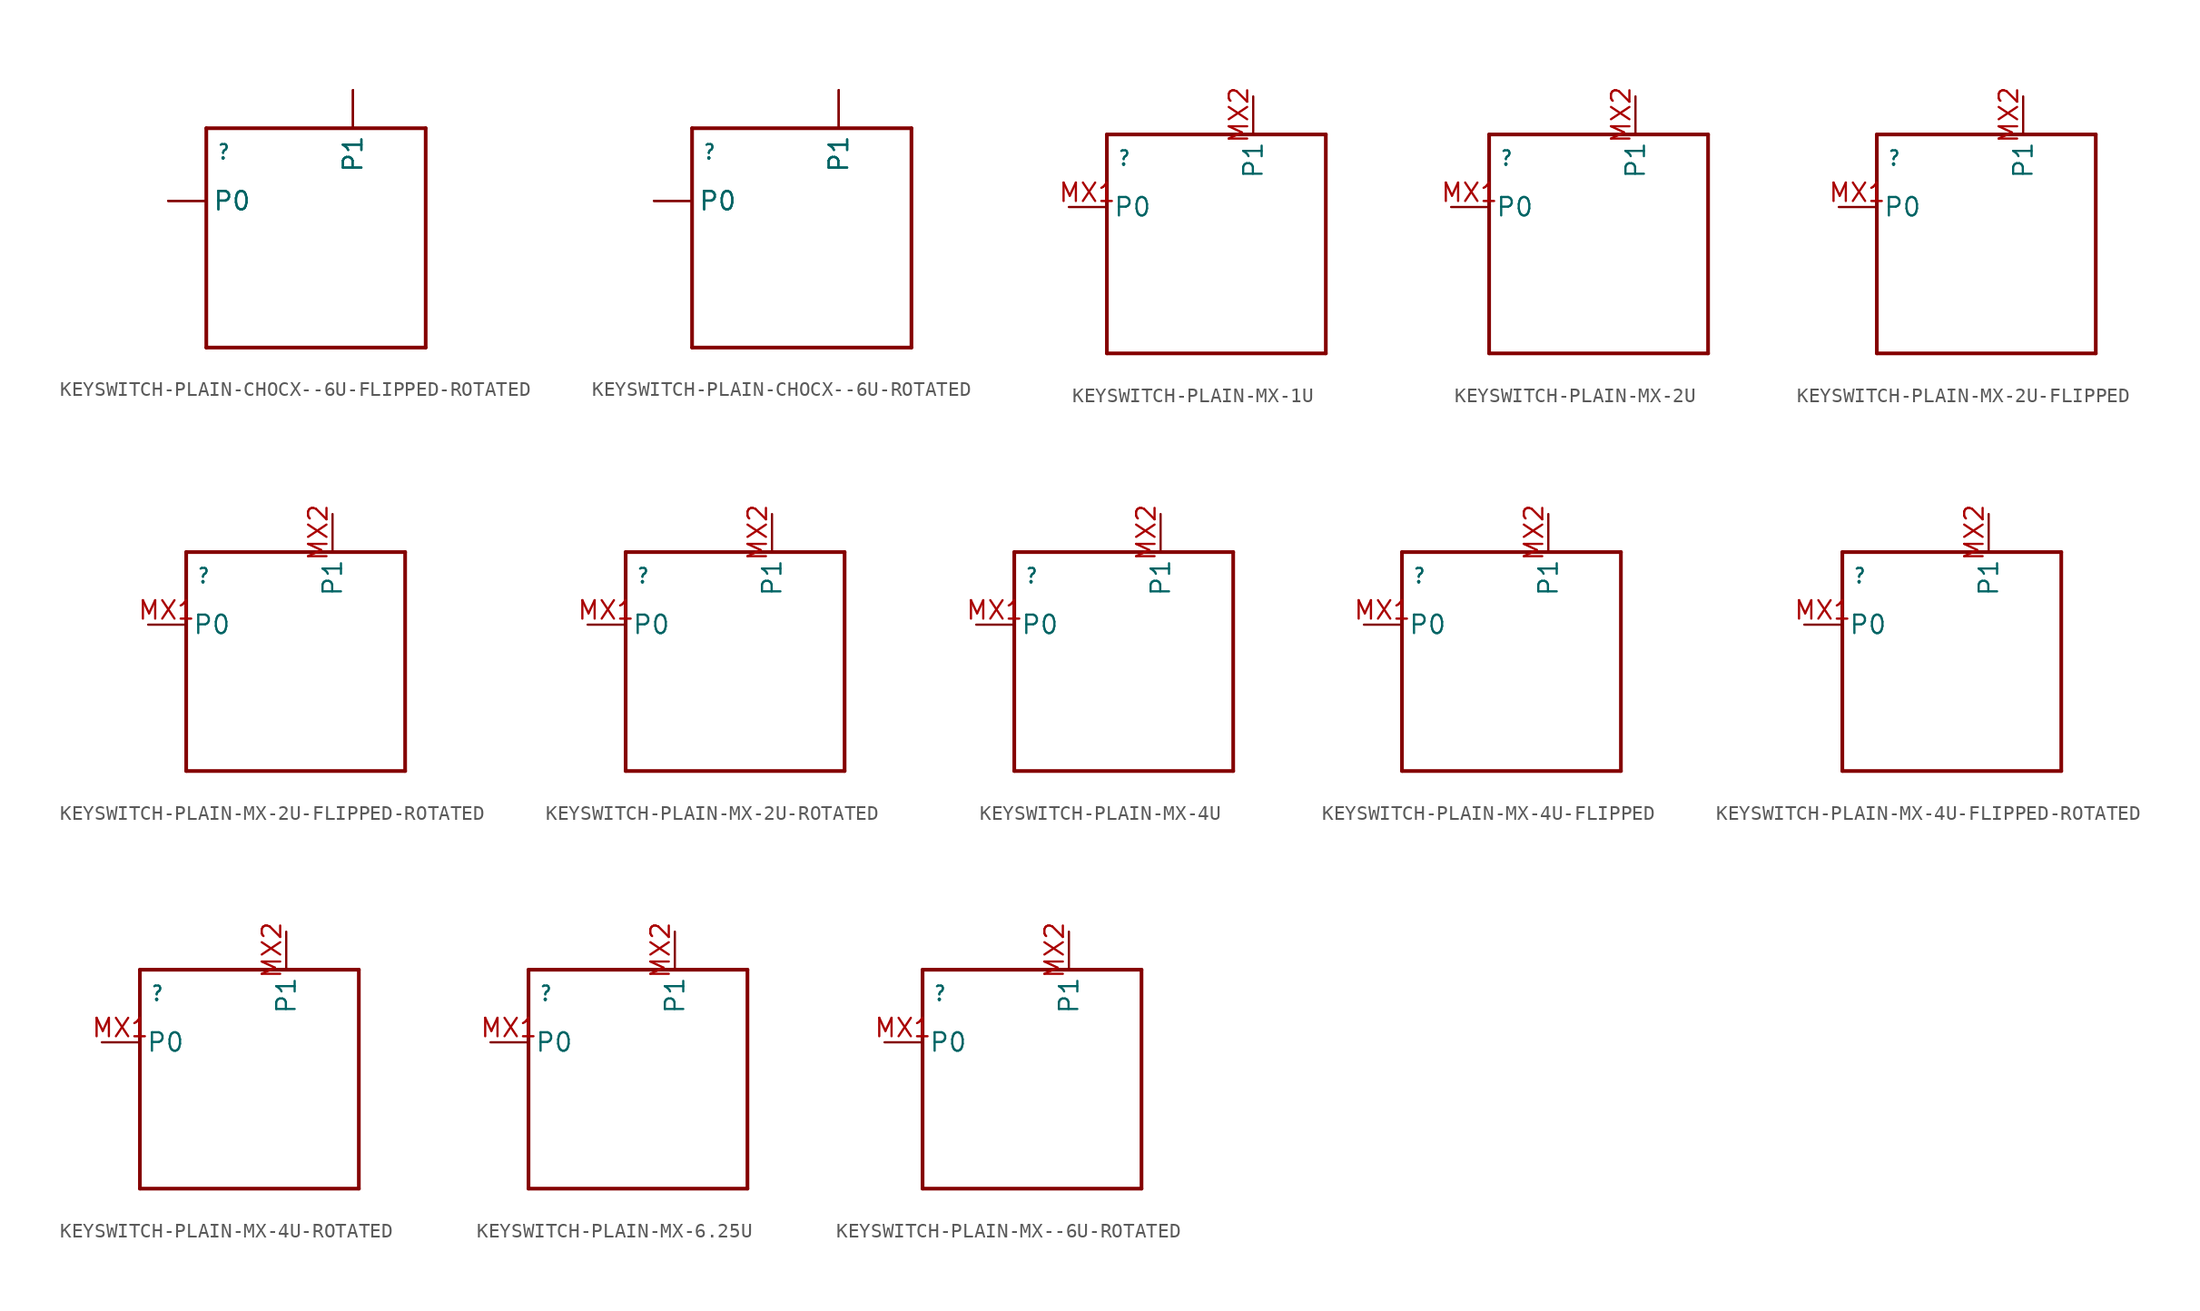
<source format=kicad_sym>
(kicad_symbol_lib
  (version 20211014)
  (generator kicad_symbol_editor)
  (symbol "KEYSWITCH-PLAIN-CHOCX--6U-FLIPPED-ROTATED"
    (property "Reference" ""
      (at -6.81 5.318 0)
      (effects (font (size 1 0.85)) (justify left bottom)))
    (property "ki_locked" ""
      (at 0 0 0)
      (effects (font (size 1.27 1.27))))
    (symbol "KEYSWITCH-PLAIN-CHOCX--6U-FLIPPED-ROTATED_1_0"
      (polyline (pts (xy -7.54 -7.54) (xy -7.54 7.54)) (stroke (width 0.254) (type default) (color 0 0 0 0)) (fill (type none)))
      (polyline (pts (xy -7.54 7.54) (xy 7.54 7.54)) (stroke (width 0.254) (type default) (color 0 0 0 0)) (fill (type none)))
      (polyline (pts (xy 7.54 -7.54) (xy -7.54 -7.54)) (stroke (width 0.254) (type default) (color 0 0 0 0)) (fill (type none)))
      (polyline (pts (xy 7.54 7.54) (xy 7.54 -7.54)) (stroke (width 0.254) (type default) (color 0 0 0 0)) (fill (type none)))
      (pin bidirectional line (at -10.16 2.54 0) (length 2.54) (name "P0" (effects (font (size 1.27 1.27)))) (number "CHOC1" (effects (font (size 0 0)))))
      (pin bidirectional line (at 2.54 10.16 270) (length 2.54) (name "P1" (effects (font (size 1.27 1.27)))) (number "CHOC2" (effects (font (size 0 0)))))
      (pin bidirectional line (at -10.16 2.54 0) (length 2.54) (name "P0" (effects (font (size 1.27 1.27)))) (number "X1" (effects (font (size 0 0)))))
      (pin bidirectional line (at 2.54 10.16 270) (length 2.54) (name "P1" (effects (font (size 1.27 1.27)))) (number "X2" (effects (font (size 0 0)))))))
  (symbol "KEYSWITCH-PLAIN-CHOCX--6U-ROTATED"
    (property "Reference" ""
      (at -6.81 5.318 0)
      (effects (font (size 1 0.85)) (justify left bottom)))
    (property "ki_locked" ""
      (at 0 0 0)
      (effects (font (size 1.27 1.27))))
    (symbol "KEYSWITCH-PLAIN-CHOCX--6U-ROTATED_1_0"
      (polyline (pts (xy -7.54 -7.54) (xy -7.54 7.54)) (stroke (width 0.254) (type default) (color 0 0 0 0)) (fill (type none)))
      (polyline (pts (xy -7.54 7.54) (xy 7.54 7.54)) (stroke (width 0.254) (type default) (color 0 0 0 0)) (fill (type none)))
      (polyline (pts (xy 7.54 -7.54) (xy -7.54 -7.54)) (stroke (width 0.254) (type default) (color 0 0 0 0)) (fill (type none)))
      (polyline (pts (xy 7.54 7.54) (xy 7.54 -7.54)) (stroke (width 0.254) (type default) (color 0 0 0 0)) (fill (type none)))
      (pin bidirectional line (at -10.16 2.54 0) (length 2.54) (name "P0" (effects (font (size 1.27 1.27)))) (number "CHOC1" (effects (font (size 0 0)))))
      (pin bidirectional line (at 2.54 10.16 270) (length 2.54) (name "P1" (effects (font (size 1.27 1.27)))) (number "CHOC2" (effects (font (size 0 0)))))
      (pin bidirectional line (at -10.16 2.54 0) (length 2.54) (name "P0" (effects (font (size 1.27 1.27)))) (number "X1" (effects (font (size 0 0)))))
      (pin bidirectional line (at 2.54 10.16 270) (length 2.54) (name "P1" (effects (font (size 1.27 1.27)))) (number "X2" (effects (font (size 0 0)))))))
  (symbol "KEYSWITCH-PLAIN-MX-1U"
    (property "Reference" ""
      (at -6.81 5.318 0)
      (effects (font (size 1 0.85)) (justify left bottom)))
    (property "ki_locked" ""
      (at 0 0 0)
      (effects (font (size 1.27 1.27))))
    (symbol "KEYSWITCH-PLAIN-MX-1U_1_0"
      (polyline (pts (xy -7.54 -7.54) (xy -7.54 7.54)) (stroke (width 0.254) (type default) (color 0 0 0 0)) (fill (type none)))
      (polyline (pts (xy -7.54 7.54) (xy 7.54 7.54)) (stroke (width 0.254) (type default) (color 0 0 0 0)) (fill (type none)))
      (polyline (pts (xy 7.54 -7.54) (xy -7.54 -7.54)) (stroke (width 0.254) (type default) (color 0 0 0 0)) (fill (type none)))
      (polyline (pts (xy 7.54 7.54) (xy 7.54 -7.54)) (stroke (width 0.254) (type default) (color 0 0 0 0)) (fill (type none)))
      (pin bidirectional line (at -10.16 2.54 0) (length 2.54) (name "P0" (effects (font (size 1.27 1.27)))) (number "MX1" (effects (font (size 1.27 1.27)))))
      (pin bidirectional line (at 2.54 10.16 270) (length 2.54) (name "P1" (effects (font (size 1.27 1.27)))) (number "MX2" (effects (font (size 1.27 1.27)))))))
  (symbol "KEYSWITCH-PLAIN-MX-2U"
    (property "Reference" ""
      (at -6.81 5.318 0)
      (effects (font (size 1 0.85)) (justify left bottom)))
    (property "ki_locked" ""
      (at 0 0 0)
      (effects (font (size 1.27 1.27))))
    (symbol "KEYSWITCH-PLAIN-MX-2U_1_0"
      (polyline (pts (xy -7.54 -7.54) (xy -7.54 7.54)) (stroke (width 0.254) (type default) (color 0 0 0 0)) (fill (type none)))
      (polyline (pts (xy -7.54 7.54) (xy 7.54 7.54)) (stroke (width 0.254) (type default) (color 0 0 0 0)) (fill (type none)))
      (polyline (pts (xy 7.54 -7.54) (xy -7.54 -7.54)) (stroke (width 0.254) (type default) (color 0 0 0 0)) (fill (type none)))
      (polyline (pts (xy 7.54 7.54) (xy 7.54 -7.54)) (stroke (width 0.254) (type default) (color 0 0 0 0)) (fill (type none)))
      (pin bidirectional line (at -10.16 2.54 0) (length 2.54) (name "P0" (effects (font (size 1.27 1.27)))) (number "MX1" (effects (font (size 1.27 1.27)))))
      (pin bidirectional line (at 2.54 10.16 270) (length 2.54) (name "P1" (effects (font (size 1.27 1.27)))) (number "MX2" (effects (font (size 1.27 1.27)))))))
  (symbol "KEYSWITCH-PLAIN-MX-2U-FLIPPED"
    (property "Reference" ""
      (at -6.81 5.318 0)
      (effects (font (size 1 0.85)) (justify left bottom)))
    (property "ki_locked" ""
      (at 0 0 0)
      (effects (font (size 1.27 1.27))))
    (symbol "KEYSWITCH-PLAIN-MX-2U-FLIPPED_1_0"
      (polyline (pts (xy -7.54 -7.54) (xy -7.54 7.54)) (stroke (width 0.254) (type default) (color 0 0 0 0)) (fill (type none)))
      (polyline (pts (xy -7.54 7.54) (xy 7.54 7.54)) (stroke (width 0.254) (type default) (color 0 0 0 0)) (fill (type none)))
      (polyline (pts (xy 7.54 -7.54) (xy -7.54 -7.54)) (stroke (width 0.254) (type default) (color 0 0 0 0)) (fill (type none)))
      (polyline (pts (xy 7.54 7.54) (xy 7.54 -7.54)) (stroke (width 0.254) (type default) (color 0 0 0 0)) (fill (type none)))
      (pin bidirectional line (at -10.16 2.54 0) (length 2.54) (name "P0" (effects (font (size 1.27 1.27)))) (number "MX1" (effects (font (size 1.27 1.27)))))
      (pin bidirectional line (at 2.54 10.16 270) (length 2.54) (name "P1" (effects (font (size 1.27 1.27)))) (number "MX2" (effects (font (size 1.27 1.27)))))))
  (symbol "KEYSWITCH-PLAIN-MX-2U-FLIPPED-ROTATED"
    (property "Reference" ""
      (at -6.81 5.318 0)
      (effects (font (size 1 0.85)) (justify left bottom)))
    (property "ki_locked" ""
      (at 0 0 0)
      (effects (font (size 1.27 1.27))))
    (symbol "KEYSWITCH-PLAIN-MX-2U-FLIPPED-ROTATED_1_0"
      (polyline (pts (xy -7.54 -7.54) (xy -7.54 7.54)) (stroke (width 0.254) (type default) (color 0 0 0 0)) (fill (type none)))
      (polyline (pts (xy -7.54 7.54) (xy 7.54 7.54)) (stroke (width 0.254) (type default) (color 0 0 0 0)) (fill (type none)))
      (polyline (pts (xy 7.54 -7.54) (xy -7.54 -7.54)) (stroke (width 0.254) (type default) (color 0 0 0 0)) (fill (type none)))
      (polyline (pts (xy 7.54 7.54) (xy 7.54 -7.54)) (stroke (width 0.254) (type default) (color 0 0 0 0)) (fill (type none)))
      (pin bidirectional line (at -10.16 2.54 0) (length 2.54) (name "P0" (effects (font (size 1.27 1.27)))) (number "MX1" (effects (font (size 1.27 1.27)))))
      (pin bidirectional line (at 2.54 10.16 270) (length 2.54) (name "P1" (effects (font (size 1.27 1.27)))) (number "MX2" (effects (font (size 1.27 1.27)))))))
  (symbol "KEYSWITCH-PLAIN-MX-2U-ROTATED"
    (property "Reference" ""
      (at -6.81 5.318 0)
      (effects (font (size 1 0.85)) (justify left bottom)))
    (property "ki_locked" ""
      (at 0 0 0)
      (effects (font (size 1.27 1.27))))
    (symbol "KEYSWITCH-PLAIN-MX-2U-ROTATED_1_0"
      (polyline (pts (xy -7.54 -7.54) (xy -7.54 7.54)) (stroke (width 0.254) (type default) (color 0 0 0 0)) (fill (type none)))
      (polyline (pts (xy -7.54 7.54) (xy 7.54 7.54)) (stroke (width 0.254) (type default) (color 0 0 0 0)) (fill (type none)))
      (polyline (pts (xy 7.54 -7.54) (xy -7.54 -7.54)) (stroke (width 0.254) (type default) (color 0 0 0 0)) (fill (type none)))
      (polyline (pts (xy 7.54 7.54) (xy 7.54 -7.54)) (stroke (width 0.254) (type default) (color 0 0 0 0)) (fill (type none)))
      (pin bidirectional line (at -10.16 2.54 0) (length 2.54) (name "P0" (effects (font (size 1.27 1.27)))) (number "MX1" (effects (font (size 1.27 1.27)))))
      (pin bidirectional line (at 2.54 10.16 270) (length 2.54) (name "P1" (effects (font (size 1.27 1.27)))) (number "MX2" (effects (font (size 1.27 1.27)))))))
  (symbol "KEYSWITCH-PLAIN-MX-4U"
    (property "Reference" ""
      (at -6.81 5.318 0)
      (effects (font (size 1 0.85)) (justify left bottom)))
    (property "ki_locked" ""
      (at 0 0 0)
      (effects (font (size 1.27 1.27))))
    (symbol "KEYSWITCH-PLAIN-MX-4U_1_0"
      (polyline (pts (xy -7.54 -7.54) (xy -7.54 7.54)) (stroke (width 0.254) (type default) (color 0 0 0 0)) (fill (type none)))
      (polyline (pts (xy -7.54 7.54) (xy 7.54 7.54)) (stroke (width 0.254) (type default) (color 0 0 0 0)) (fill (type none)))
      (polyline (pts (xy 7.54 -7.54) (xy -7.54 -7.54)) (stroke (width 0.254) (type default) (color 0 0 0 0)) (fill (type none)))
      (polyline (pts (xy 7.54 7.54) (xy 7.54 -7.54)) (stroke (width 0.254) (type default) (color 0 0 0 0)) (fill (type none)))
      (pin bidirectional line (at -10.16 2.54 0) (length 2.54) (name "P0" (effects (font (size 1.27 1.27)))) (number "MX1" (effects (font (size 1.27 1.27)))))
      (pin bidirectional line (at 2.54 10.16 270) (length 2.54) (name "P1" (effects (font (size 1.27 1.27)))) (number "MX2" (effects (font (size 1.27 1.27)))))))
  (symbol "KEYSWITCH-PLAIN-MX-4U-FLIPPED"
    (property "Reference" ""
      (at -6.81 5.318 0)
      (effects (font (size 1 0.85)) (justify left bottom)))
    (property "ki_locked" ""
      (at 0 0 0)
      (effects (font (size 1.27 1.27))))
    (symbol "KEYSWITCH-PLAIN-MX-4U-FLIPPED_1_0"
      (polyline (pts (xy -7.54 -7.54) (xy -7.54 7.54)) (stroke (width 0.254) (type default) (color 0 0 0 0)) (fill (type none)))
      (polyline (pts (xy -7.54 7.54) (xy 7.54 7.54)) (stroke (width 0.254) (type default) (color 0 0 0 0)) (fill (type none)))
      (polyline (pts (xy 7.54 -7.54) (xy -7.54 -7.54)) (stroke (width 0.254) (type default) (color 0 0 0 0)) (fill (type none)))
      (polyline (pts (xy 7.54 7.54) (xy 7.54 -7.54)) (stroke (width 0.254) (type default) (color 0 0 0 0)) (fill (type none)))
      (pin bidirectional line (at -10.16 2.54 0) (length 2.54) (name "P0" (effects (font (size 1.27 1.27)))) (number "MX1" (effects (font (size 1.27 1.27)))))
      (pin bidirectional line (at 2.54 10.16 270) (length 2.54) (name "P1" (effects (font (size 1.27 1.27)))) (number "MX2" (effects (font (size 1.27 1.27)))))))
  (symbol "KEYSWITCH-PLAIN-MX-4U-FLIPPED-ROTATED"
    (property "Reference" ""
      (at -6.81 5.318 0)
      (effects (font (size 1 0.85)) (justify left bottom)))
    (property "ki_locked" ""
      (at 0 0 0)
      (effects (font (size 1.27 1.27))))
    (symbol "KEYSWITCH-PLAIN-MX-4U-FLIPPED-ROTATED_1_0"
      (polyline (pts (xy -7.54 -7.54) (xy -7.54 7.54)) (stroke (width 0.254) (type default) (color 0 0 0 0)) (fill (type none)))
      (polyline (pts (xy -7.54 7.54) (xy 7.54 7.54)) (stroke (width 0.254) (type default) (color 0 0 0 0)) (fill (type none)))
      (polyline (pts (xy 7.54 -7.54) (xy -7.54 -7.54)) (stroke (width 0.254) (type default) (color 0 0 0 0)) (fill (type none)))
      (polyline (pts (xy 7.54 7.54) (xy 7.54 -7.54)) (stroke (width 0.254) (type default) (color 0 0 0 0)) (fill (type none)))
      (pin bidirectional line (at -10.16 2.54 0) (length 2.54) (name "P0" (effects (font (size 1.27 1.27)))) (number "MX1" (effects (font (size 1.27 1.27)))))
      (pin bidirectional line (at 2.54 10.16 270) (length 2.54) (name "P1" (effects (font (size 1.27 1.27)))) (number "MX2" (effects (font (size 1.27 1.27)))))))
  (symbol "KEYSWITCH-PLAIN-MX-4U-ROTATED"
    (property "Reference" ""
      (at -6.81 5.318 0)
      (effects (font (size 1 0.85)) (justify left bottom)))
    (property "ki_locked" ""
      (at 0 0 0)
      (effects (font (size 1.27 1.27))))
    (symbol "KEYSWITCH-PLAIN-MX-4U-ROTATED_1_0"
      (polyline (pts (xy -7.54 -7.54) (xy -7.54 7.54)) (stroke (width 0.254) (type default) (color 0 0 0 0)) (fill (type none)))
      (polyline (pts (xy -7.54 7.54) (xy 7.54 7.54)) (stroke (width 0.254) (type default) (color 0 0 0 0)) (fill (type none)))
      (polyline (pts (xy 7.54 -7.54) (xy -7.54 -7.54)) (stroke (width 0.254) (type default) (color 0 0 0 0)) (fill (type none)))
      (polyline (pts (xy 7.54 7.54) (xy 7.54 -7.54)) (stroke (width 0.254) (type default) (color 0 0 0 0)) (fill (type none)))
      (pin bidirectional line (at -10.16 2.54 0) (length 2.54) (name "P0" (effects (font (size 1.27 1.27)))) (number "MX1" (effects (font (size 1.27 1.27)))))
      (pin bidirectional line (at 2.54 10.16 270) (length 2.54) (name "P1" (effects (font (size 1.27 1.27)))) (number "MX2" (effects (font (size 1.27 1.27)))))))
  (symbol "KEYSWITCH-PLAIN-MX-6.25U"
    (property "Reference" ""
      (at -6.81 5.318 0)
      (effects (font (size 1 0.85)) (justify left bottom)))
    (property "ki_locked" ""
      (at 0 0 0)
      (effects (font (size 1.27 1.27))))
    (symbol "KEYSWITCH-PLAIN-MX-6.25U_1_0"
      (polyline (pts (xy -7.54 -7.54) (xy -7.54 7.54)) (stroke (width 0.254) (type default) (color 0 0 0 0)) (fill (type none)))
      (polyline (pts (xy -7.54 7.54) (xy 7.54 7.54)) (stroke (width 0.254) (type default) (color 0 0 0 0)) (fill (type none)))
      (polyline (pts (xy 7.54 -7.54) (xy -7.54 -7.54)) (stroke (width 0.254) (type default) (color 0 0 0 0)) (fill (type none)))
      (polyline (pts (xy 7.54 7.54) (xy 7.54 -7.54)) (stroke (width 0.254) (type default) (color 0 0 0 0)) (fill (type none)))
      (pin bidirectional line (at -10.16 2.54 0) (length 2.54) (name "P0" (effects (font (size 1.27 1.27)))) (number "MX1" (effects (font (size 1.27 1.27)))))
      (pin bidirectional line (at 2.54 10.16 270) (length 2.54) (name "P1" (effects (font (size 1.27 1.27)))) (number "MX2" (effects (font (size 1.27 1.27)))))))
  (symbol "KEYSWITCH-PLAIN-MX--6U-ROTATED"
    (property "Reference" ""
      (at -6.81 5.318 0)
      (effects (font (size 1 0.85)) (justify left bottom)))
    (property "ki_locked" ""
      (at 0 0 0)
      (effects (font (size 1.27 1.27))))
    (symbol "KEYSWITCH-PLAIN-MX--6U-ROTATED_1_0"
      (polyline (pts (xy -7.54 -7.54) (xy -7.54 7.54)) (stroke (width 0.254) (type default) (color 0 0 0 0)) (fill (type none)))
      (polyline (pts (xy -7.54 7.54) (xy 7.54 7.54)) (stroke (width 0.254) (type default) (color 0 0 0 0)) (fill (type none)))
      (polyline (pts (xy 7.54 -7.54) (xy -7.54 -7.54)) (stroke (width 0.254) (type default) (color 0 0 0 0)) (fill (type none)))
      (polyline (pts (xy 7.54 7.54) (xy 7.54 -7.54)) (stroke (width 0.254) (type default) (color 0 0 0 0)) (fill (type none)))
      (pin bidirectional line (at -10.16 2.54 0) (length 2.54) (name "P0" (effects (font (size 1.27 1.27)))) (number "MX1" (effects (font (size 1.27 1.27)))))
      (pin bidirectional line (at 2.54 10.16 270) (length 2.54) (name "P1" (effects (font (size 1.27 1.27)))) (number "MX2" (effects (font (size 1.27 1.27))))))))
</source>
